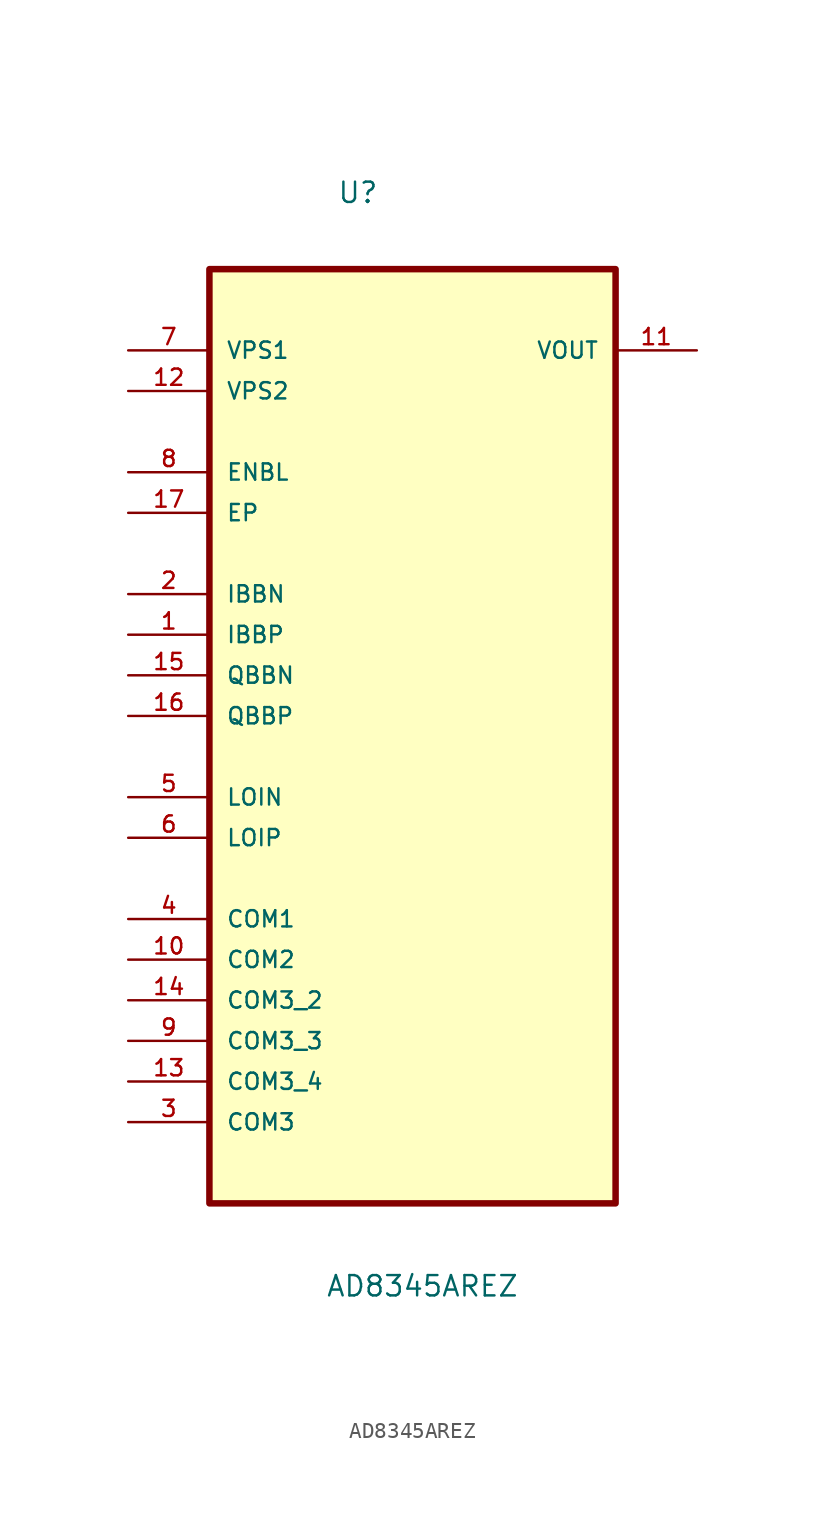
<source format=kicad_sym>
(kicad_symbol_lib
  (version 20211014)
  (generator kicad_symbol_editor)
  (symbol "AD8345AREZ"
    (pin_names
      (offset 1.016))
    (property "Reference" "U"
      (at -4.724 29.439 0.0)
      (effects (font (size 1.27 1.27)) (justify bottom left)))
    (property "Value" "AD8345AREZ"
      (at -5.436 -38.938 0.0)
      (effects (font (size 1.27 1.27)) (justify bottom left)))
    (symbol "AD8345AREZ_0_0"
      (rectangle (start -12.7 -33.02) (end 12.7 25.4) (stroke (width 0.406)) (fill (type background)))
      (pin power_in line (at -17.78 20.32 0) (length 5.08) (name "VPS1" (effects (font (size 1.016 1.016)))) (number "7" (effects (font (size 1.016 1.016)))))
      (pin power_in line (at -17.78 17.78 0) (length 5.08) (name "VPS2" (effects (font (size 1.016 1.016)))) (number "12" (effects (font (size 1.016 1.016)))))
      (pin input line (at -17.78 12.7 0) (length 5.08) (name "ENBL" (effects (font (size 1.016 1.016)))) (number "8" (effects (font (size 1.016 1.016)))))
      (pin passive line (at -17.78 10.16 0) (length 5.08) (name "EP" (effects (font (size 1.016 1.016)))) (number "17" (effects (font (size 1.016 1.016)))))
      (pin input line (at -17.78 5.08 0) (length 5.08) (name "IBBN" (effects (font (size 1.016 1.016)))) (number "2" (effects (font (size 1.016 1.016)))))
      (pin input line (at -17.78 2.54 0) (length 5.08) (name "IBBP" (effects (font (size 1.016 1.016)))) (number "1" (effects (font (size 1.016 1.016)))))
      (pin input line (at -17.78 0.0 0) (length 5.08) (name "QBBN" (effects (font (size 1.016 1.016)))) (number "15" (effects (font (size 1.016 1.016)))))
      (pin input line (at -17.78 -2.54 0) (length 5.08) (name "QBBP" (effects (font (size 1.016 1.016)))) (number "16" (effects (font (size 1.016 1.016)))))
      (pin input line (at -17.78 -7.62 0) (length 5.08) (name "LOIN" (effects (font (size 1.016 1.016)))) (number "5" (effects (font (size 1.016 1.016)))))
      (pin input line (at -17.78 -10.16 0) (length 5.08) (name "LOIP" (effects (font (size 1.016 1.016)))) (number "6" (effects (font (size 1.016 1.016)))))
      (pin passive line (at -17.78 -15.24 0) (length 5.08) (name "COM1" (effects (font (size 1.016 1.016)))) (number "4" (effects (font (size 1.016 1.016)))))
      (pin passive line (at -17.78 -17.78 0) (length 5.08) (name "COM2" (effects (font (size 1.016 1.016)))) (number "10" (effects (font (size 1.016 1.016)))))
      (pin passive line (at -17.78 -20.32 0) (length 5.08) (name "COM3_2" (effects (font (size 1.016 1.016)))) (number "14" (effects (font (size 1.016 1.016)))))
      (pin passive line (at -17.78 -22.86 0) (length 5.08) (name "COM3_3" (effects (font (size 1.016 1.016)))) (number "9" (effects (font (size 1.016 1.016)))))
      (pin passive line (at -17.78 -25.4 0) (length 5.08) (name "COM3_4" (effects (font (size 1.016 1.016)))) (number "13" (effects (font (size 1.016 1.016)))))
      (pin passive line (at -17.78 -27.94 0) (length 5.08) (name "COM3" (effects (font (size 1.016 1.016)))) (number "3" (effects (font (size 1.016 1.016)))))
      (pin output line (at 17.78 20.32 180.0) (length 5.08) (name "VOUT" (effects (font (size 1.016 1.016)))) (number "11" (effects (font (size 1.016 1.016))))))))
</source>
